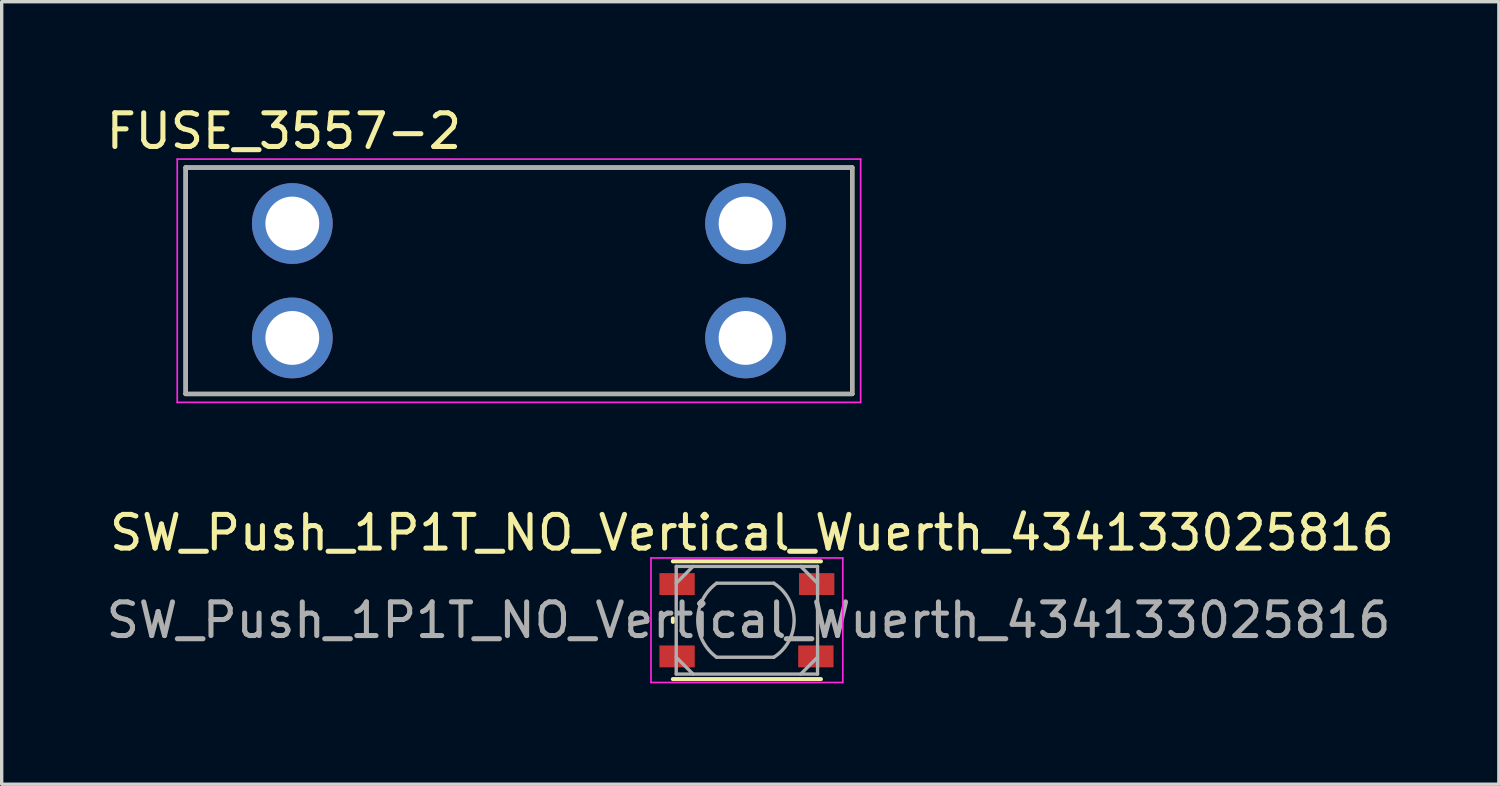
<source format=kicad_pcb>
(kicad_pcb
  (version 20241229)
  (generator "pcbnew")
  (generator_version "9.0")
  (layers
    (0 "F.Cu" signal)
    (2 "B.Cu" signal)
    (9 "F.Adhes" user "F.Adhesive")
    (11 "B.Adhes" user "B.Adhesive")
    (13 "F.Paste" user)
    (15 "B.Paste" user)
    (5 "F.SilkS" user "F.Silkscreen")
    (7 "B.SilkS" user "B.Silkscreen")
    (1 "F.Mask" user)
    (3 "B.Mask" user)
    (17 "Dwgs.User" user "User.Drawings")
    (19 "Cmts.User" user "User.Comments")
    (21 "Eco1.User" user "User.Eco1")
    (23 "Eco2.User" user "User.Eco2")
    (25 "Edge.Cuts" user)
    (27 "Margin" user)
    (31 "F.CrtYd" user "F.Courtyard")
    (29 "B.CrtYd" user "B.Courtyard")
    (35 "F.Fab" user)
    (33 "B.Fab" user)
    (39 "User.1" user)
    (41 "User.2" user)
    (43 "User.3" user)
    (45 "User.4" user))
  (footprint "SW_Push_1P1T_NO_Vertical_Wuerth_434133025816"
    (layer "F.Cu")
    (at 19.146 15.382)
    (property "Reference" "SW_Push_1P1T_NO_Vertical_Wuerth_434133025816" (at 0.15 -2.6 0) (layer "F.SilkS") (effects (font (size 1 1) (thickness 0.15))))
    (attr smd)
    (fp_line (start -2.2 0.05) (end -2.2 -0.05) (stroke (width 0.12) (type solid)) (layer "F.SilkS"))
    (fp_line (start -2.2 1.75) (end 2.2 1.75) (stroke (width 0.12) (type solid)) (layer "F.SilkS"))
    (fp_line (start 2.2 -1.75) (end -2.2 -1.75) (stroke (width 0.12) (type solid)) (layer "F.SilkS"))
    (fp_line (start 2.2 0.05) (end 2.2 -0.05) (stroke (width 0.12) (type solid)) (layer "F.SilkS"))
    (fp_line (start -2.85 -1.85) (end 2.85 -1.85) (stroke (width 0.05) (type solid)) (layer "F.CrtYd"))
    (fp_line (start -2.85 1.85) (end -2.85 -1.85) (stroke (width 0.05) (type solid)) (layer "F.CrtYd"))
    (fp_line (start 2.85 -1.85) (end 2.85 1.85) (stroke (width 0.05) (type solid)) (layer "F.CrtYd"))
    (fp_line (start 2.85 1.85) (end -2.85 1.85) (stroke (width 0.05) (type solid)) (layer "F.CrtYd"))
    (fp_line (start -2.1 -1.6) (end 2.1 -1.6) (stroke (width 0.1) (type solid)) (layer "F.Fab"))
    (fp_line (start -2.1 -1.1) (end -1.6 -1.6) (stroke (width 0.1) (type solid)) (layer "F.Fab"))
    (fp_line (start -2.1 1.1) (end -1.6 1.6) (stroke (width 0.1) (type solid)) (layer "F.Fab"))
    (fp_line (start -2.1 1.6) (end -2.1 -1.6) (stroke (width 0.1) (type solid)) (layer "F.Fab"))
    (fp_line (start -0.9 -1.1) (end 0.8 -1.1) (stroke (width 0.1) (type solid)) (layer "F.Fab"))
    (fp_line (start 0.8 1.1) (end -0.9 1.1) (stroke (width 0.1) (type solid)) (layer "F.Fab"))
    (fp_line (start 1.6 -1.6) (end 2.1 -1.1) (stroke (width 0.1) (type solid)) (layer "F.Fab"))
    (fp_line (start 1.6 1.6) (end 2.1 1.1) (stroke (width 0.1) (type solid)) (layer "F.Fab"))
    (fp_line (start 2.1 -1.6) (end 2.1 1.6) (stroke (width 0.1) (type solid)) (layer "F.Fab"))
    (fp_line (start 2.1 1.6) (end -2.1 1.6) (stroke (width 0.1) (type solid)) (layer "F.Fab"))
    (fp_arc (start -0.9 1.099999) (mid -1.460147 0) (end -0.9 -1.099999) (stroke (width 0.1) (type solid)) (layer "F.Fab"))
    (fp_arc (start 0.8 -1.099999) (mid 1.40384 0) (end 0.799999 1.099999) (stroke (width 0.1) (type solid)) (layer "F.Fab"))
    (fp_text user "${REFERENCE}" (at 0.05 0 0) (layer "F.Fab") (effects (font (size 1 1) (thickness 0.15))))
    (pad "1" smd rect (at -2.075 -1.075) (size 1.05 0.65) (layers "F.Cu" "F.Mask" "F.Paste"))
    (pad "2" smd rect (at 2.075 -1.075) (size 1.05 0.65) (layers "F.Cu" "F.Mask" "F.Paste"))
    (pad "3" smd rect (at -2.075 1.075) (size 1.05 0.65) (layers "F.Cu" "F.Mask" "F.Paste"))
    (pad "4" smd rect (at 2.05 1.075) (size 1.05 0.65) (layers "F.Cu" "F.Mask" "F.Paste")))
  (footprint "FUSE_3557-2"
    (layer "F.Cu")
    (at 12.372 5.293)
    (property "Reference" "FUSE_3557-2" (at -6.985 -4.445 0) (layer "F.SilkS") (effects (font (size 1 1) (thickness 0.15))))
    (attr through_hole)
    (fp_line (start -9.905 -3.365) (end -9.905 3.365) (stroke (width 0.127) (type solid)) (layer "F.SilkS"))
    (fp_line (start -9.905 3.365) (end 9.905 3.365) (stroke (width 0.127) (type solid)) (layer "F.SilkS"))
    (fp_line (start 9.905 -3.365) (end -9.905 -3.365) (stroke (width 0.127) (type solid)) (layer "F.SilkS"))
    (fp_line (start 9.905 3.365) (end 9.905 -3.365) (stroke (width 0.127) (type solid)) (layer "F.SilkS"))
    (fp_line (start -10.155 -3.615) (end 10.155 -3.615) (stroke (width 0.05) (type solid)) (layer "F.CrtYd"))
    (fp_line (start -10.155 3.615) (end -10.155 -3.615) (stroke (width 0.05) (type solid)) (layer "F.CrtYd"))
    (fp_line (start 10.155 -3.615) (end 10.155 3.615) (stroke (width 0.05) (type solid)) (layer "F.CrtYd"))
    (fp_line (start 10.155 3.615) (end -10.155 3.615) (stroke (width 0.05) (type solid)) (layer "F.CrtYd"))
    (fp_line (start -9.905 -3.365) (end -9.905 3.365) (stroke (width 0.127) (type solid)) (layer "F.Fab"))
    (fp_line (start -9.905 3.365) (end 9.905 3.365) (stroke (width 0.127) (type solid)) (layer "F.Fab"))
    (fp_line (start 9.905 -3.365) (end -9.905 -3.365) (stroke (width 0.127) (type solid)) (layer "F.Fab"))
    (fp_line (start 9.905 3.365) (end 9.905 -3.365) (stroke (width 0.127) (type solid)) (layer "F.Fab"))
    (pad "1" thru_hole circle (at -6.735 -1.7) (size 2.4 2.4) (drill 1.6) (layers "*.Cu" "*.Mask"))
    (pad "1" thru_hole circle (at -6.735 1.7) (size 2.4 2.4) (drill 1.6) (layers "*.Cu" "*.Mask"))
    (pad "2" thru_hole circle (at 6.735 -1.7) (size 2.4 2.4) (drill 1.6) (layers "*.Cu" "*.Mask"))
    (pad "2" thru_hole circle (at 6.735 1.7) (size 2.4 2.4) (drill 1.6) (layers "*.Cu" "*.Mask")))
  (gr_rect
    (start -3 -3)
    (end 41.493 20.256)
    (stroke (width 0.1) (type default))
    (fill no)
    (layer "Edge.Cuts")))
</source>
